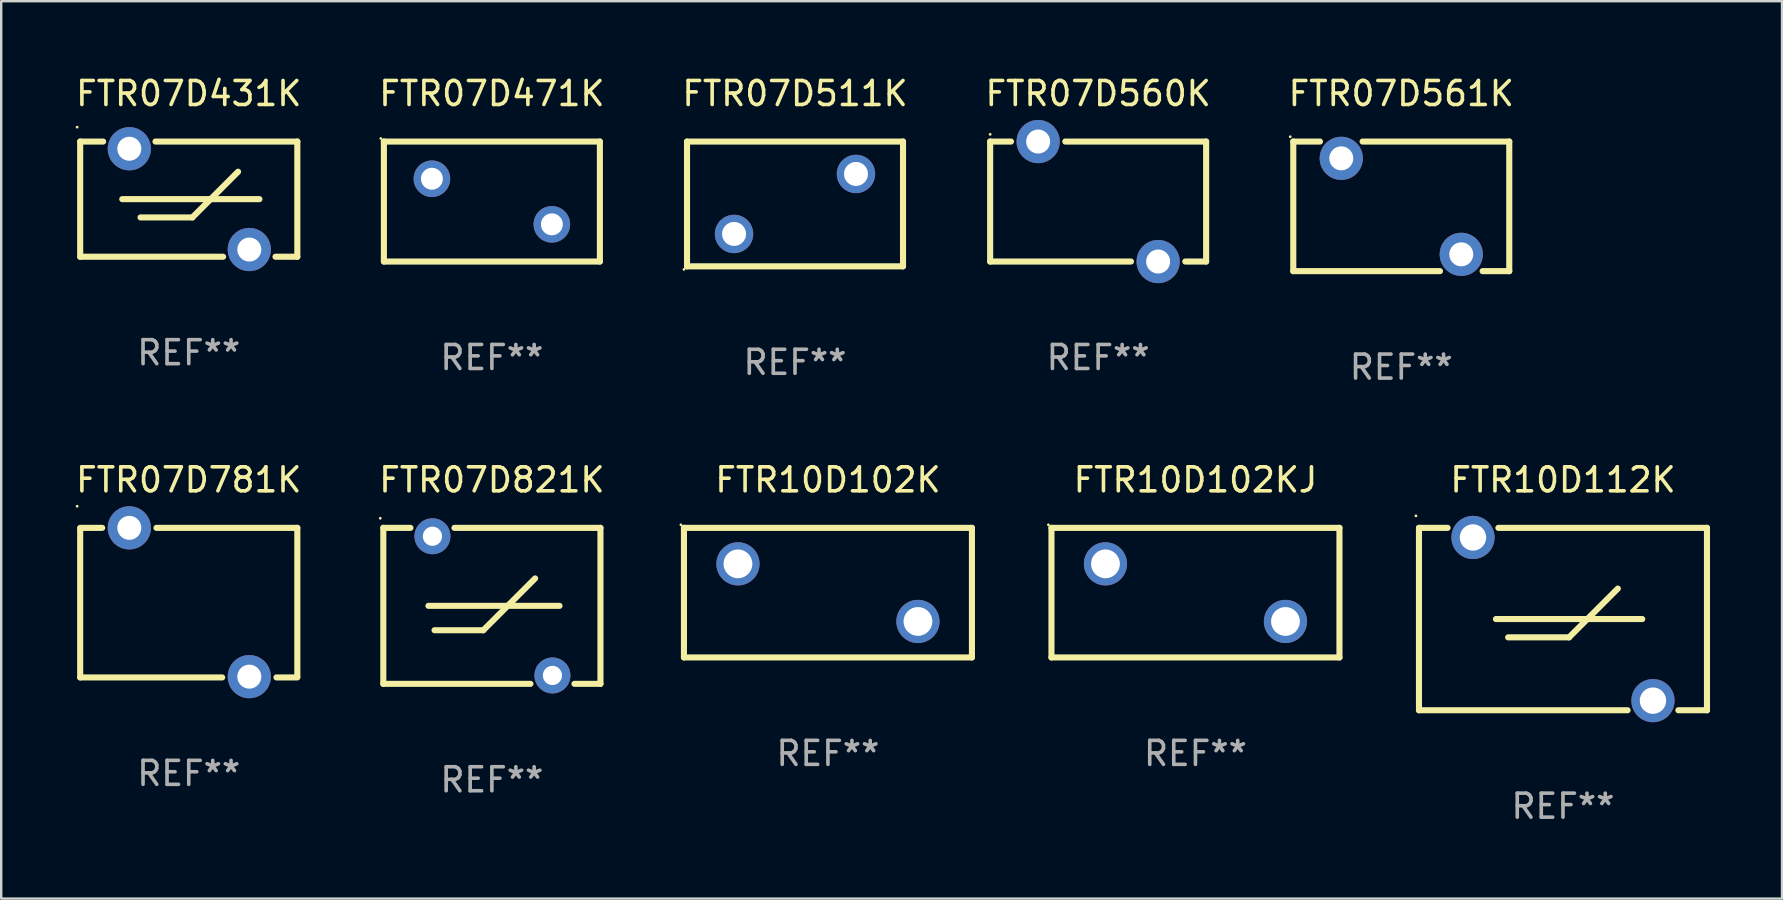
<source format=kicad_pcb>
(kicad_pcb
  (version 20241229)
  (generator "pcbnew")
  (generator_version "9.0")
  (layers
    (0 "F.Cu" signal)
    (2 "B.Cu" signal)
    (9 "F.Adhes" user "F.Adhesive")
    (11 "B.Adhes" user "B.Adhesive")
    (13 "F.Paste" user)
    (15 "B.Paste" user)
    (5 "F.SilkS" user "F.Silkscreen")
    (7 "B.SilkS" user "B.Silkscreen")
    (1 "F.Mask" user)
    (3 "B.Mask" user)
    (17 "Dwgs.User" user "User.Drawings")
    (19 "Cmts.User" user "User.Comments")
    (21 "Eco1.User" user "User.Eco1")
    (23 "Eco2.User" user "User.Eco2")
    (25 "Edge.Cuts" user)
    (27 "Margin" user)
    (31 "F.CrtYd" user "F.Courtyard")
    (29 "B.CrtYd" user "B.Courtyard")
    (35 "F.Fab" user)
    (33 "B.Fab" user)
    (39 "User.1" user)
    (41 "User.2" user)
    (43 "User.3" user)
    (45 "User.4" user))
  (footprint "FTR07D561K"
    (layer "F.Cu")
    (at 55.339 5.548)
    (property "Reference" "FTR07D561K" (at 0 -4.7 0) (layer "F.SilkS") (effects (font (size 1 1) (thickness 0.15))))
    (attr through_hole)
    (fp_line (start -4.5 -2.7) (end -4.5 2.7) (stroke (width 0.254) (type solid)) (layer "F.SilkS"))
    (fp_line (start -4.5 -2.7) (end -3.388 -2.7) (stroke (width 0.254) (type solid)) (layer "F.SilkS"))
    (fp_line (start -4.5 2.7) (end 1.612 2.7) (stroke (width 0.254) (type solid)) (layer "F.SilkS"))
    (fp_line (start -1.612 -2.7) (end 4.5 -2.7) (stroke (width 0.254) (type solid)) (layer "F.SilkS"))
    (fp_line (start 3.388 2.7) (end 4.5 2.7) (stroke (width 0.254) (type solid)) (layer "F.SilkS"))
    (fp_line (start 4.5 -2.7) (end 4.5 2.7) (stroke (width 0.254) (type solid)) (layer "F.SilkS"))
    (fp_circle (center -4.627 -2.9) (end -4.597 -2.9) (stroke (width 0.06) (type solid)) (fill no) (layer "F.SilkS"))
    (fp_text user "REF**" (at 0 6.7 0) (layer "F.Fab") (effects (font (size 1 1) (thickness 0.15))))
    (pad "1" thru_hole circle (at -2.5 -2) (size 1.8 1.8) (drill 1) (layers "*.Cu" "*.Mask"))
    (pad "2" thru_hole circle (at 2.5 2) (size 1.8 1.8) (drill 1) (layers "*.Cu" "*.Mask")))
  (footprint "FTR07D821K"
    (layer "F.Cu")
    (at 17.446 22.195)
    (property "Reference" "FTR07D821K" (at 0 -5.25 0) (layer "F.SilkS") (effects (font (size 1 1) (thickness 0.15))))
    (attr through_hole)
    (fp_line (start -4.524 -3.25) (end -4.524 3.25) (stroke (width 0.254) (type solid)) (layer "F.SilkS"))
    (fp_line (start -4.524 -3.25) (end -3.393 -3.25) (stroke (width 0.254) (type solid)) (layer "F.SilkS"))
    (fp_line (start -4.524 3.25) (end 1.607 3.25) (stroke (width 0.254) (type solid)) (layer "F.SilkS"))
    (fp_line (start -2.644 0.000013) (end 2.818 0.000013) (stroke (width 0.254) (type solid)) (layer "F.SilkS"))
    (fp_line (start -2.39 1.016) (end -0.358 1.016) (stroke (width 0.254) (type solid)) (layer "F.SilkS"))
    (fp_line (start -1.56 -3.25) (end 4.524 -3.25) (stroke (width 0.254) (type solid)) (layer "F.SilkS"))
    (fp_line (start -0.358 1.016) (end 1.801 -1.143) (stroke (width 0.254) (type solid)) (layer "F.SilkS"))
    (fp_line (start 3.44 3.25) (end 4.524 3.25) (stroke (width 0.254) (type solid)) (layer "F.SilkS"))
    (fp_line (start 4.524 -3.25) (end 4.524 3.25) (stroke (width 0.254) (type solid)) (layer "F.SilkS"))
    (fp_circle (center -4.651 -3.65) (end -4.621 -3.65) (stroke (width 0.06) (type solid)) (fill no) (layer "F.SilkS"))
    (fp_text user "REF**" (at 0 7.25 0) (layer "F.Fab") (effects (font (size 1 1) (thickness 0.15))))
    (pad "1" thru_hole circle (at -2.477 -2.9) (size 1.5 1.5) (drill 0.8) (layers "*.Cu" "*.Mask"))
    (pad "2" thru_hole circle (at 2.523 2.9) (size 1.5 1.5) (drill 0.8) (layers "*.Cu" "*.Mask")))
  (footprint "FTR07D511K"
    (layer "F.Cu")
    (at 30.077 5.448)
    (property "Reference" "FTR07D511K" (at 0 -4.6 0) (layer "F.SilkS") (effects (font (size 1 1) (thickness 0.15))))
    (attr through_hole)
    (fp_line (start -4.5 -2.6) (end 4.5 -2.6) (stroke (width 0.254) (type solid)) (layer "F.SilkS"))
    (fp_line (start -4.5 2.6) (end -4.5 -2.6) (stroke (width 0.254) (type solid)) (layer "F.SilkS"))
    (fp_line (start -4.5 2.6) (end 4.5 2.6) (stroke (width 0.254) (type solid)) (layer "F.SilkS"))
    (fp_line (start 4.5 2.6) (end 4.5 -2.6) (stroke (width 0.254) (type solid)) (layer "F.SilkS"))
    (fp_circle (center -4.627 2.727) (end -4.597 2.727) (stroke (width 0.06) (type solid)) (fill no) (layer "F.SilkS"))
    (fp_text user "REF**" (at 0 6.6 0) (layer "F.Fab") (effects (font (size 1 1) (thickness 0.15))))
    (pad "1" thru_hole circle (at -2.54 1.25) (size 1.6 1.6) (drill 1) (layers "*.Cu" "*.Mask"))
    (pad "2" thru_hole circle (at 2.54 -1.25) (size 1.6 1.6) (drill 1) (layers "*.Cu" "*.Mask")))
  (footprint "FTR07D431K"
    (layer "F.Cu")
    (at 4.815 5.248)
    (property "Reference" "FTR07D431K" (at 0 -4.4 0) (layer "F.SilkS") (effects (font (size 1 1) (thickness 0.15))))
    (attr through_hole)
    (fp_line (start -4.524 -2.4) (end -4.524 2.4) (stroke (width 0.254) (type solid)) (layer "F.SilkS"))
    (fp_line (start -4.524 -2.4) (end -3.567 -2.4) (stroke (width 0.254) (type solid)) (layer "F.SilkS"))
    (fp_line (start -4.524 2.4) (end 1.433 2.4) (stroke (width 0.254) (type solid)) (layer "F.SilkS"))
    (fp_line (start -2.771 0) (end 2.945 0) (stroke (width 0.254) (type solid)) (layer "F.SilkS"))
    (fp_line (start -2.009 0.762) (end 0.15 0.762) (stroke (width 0.254) (type solid)) (layer "F.SilkS"))
    (fp_line (start -1.386 -2.4) (end 4.524 -2.4) (stroke (width 0.254) (type solid)) (layer "F.SilkS"))
    (fp_line (start 0.15 0.762) (end 2.055 -1.143) (stroke (width 0.254) (type solid)) (layer "F.SilkS"))
    (fp_line (start 3.614 2.4) (end 4.524 2.4) (stroke (width 0.254) (type solid)) (layer "F.SilkS"))
    (fp_line (start 4.524 -2.4) (end 4.524 2.4) (stroke (width 0.254) (type solid)) (layer "F.SilkS"))
    (fp_circle (center -4.651 -3) (end -4.621 -3) (stroke (width 0.06) (type solid)) (fill no) (layer "F.SilkS"))
    (fp_text user "REF**" (at 0 6.4 0) (layer "F.Fab") (effects (font (size 1 1) (thickness 0.15))))
    (pad "1" thru_hole circle (at -2.477 -2.1) (size 1.8 1.8) (drill 1) (layers "*.Cu" "*.Mask"))
    (pad "2" thru_hole circle (at 2.523 2.1) (size 1.8 1.8) (drill 1) (layers "*.Cu" "*.Mask")))
  (footprint "FTR10D102KJ"
    (layer "F.Cu")
    (at 46.763 21.645)
    (property "Reference" "FTR10D102KJ" (at 0 -4.7 0) (layer "F.SilkS") (effects (font (size 1 1) (thickness 0.15))))
    (attr through_hole)
    (fp_line (start -6 -2.7) (end 6 -2.7) (stroke (width 0.254) (type solid)) (layer "F.SilkS"))
    (fp_line (start -6 2.7) (end -6 -2.7) (stroke (width 0.254) (type solid)) (layer "F.SilkS"))
    (fp_line (start 6 -2.7) (end 6 2.7) (stroke (width 0.254) (type solid)) (layer "F.SilkS"))
    (fp_line (start 6 2.7) (end -6 2.7) (stroke (width 0.254) (type solid)) (layer "F.SilkS"))
    (fp_circle (center -6.127 -2.827) (end -6.097 -2.827) (stroke (width 0.06) (type solid)) (fill no) (layer "F.SilkS"))
    (fp_text user "REF**" (at 0 6.7 0) (layer "F.Fab") (effects (font (size 1 1) (thickness 0.15))))
    (pad "1" thru_hole circle (at -3.75 -1.2) (size 1.8 1.8) (drill 1.2) (layers "*.Cu" "*.Mask"))
    (pad "2" thru_hole circle (at 3.75 1.2) (size 1.8 1.8) (drill 1.2) (layers "*.Cu" "*.Mask")))
  (footprint "FTR10D112K"
    (layer "F.Cu")
    (at 62.077 22.745)
    (property "Reference" "FTR10D112K" (at 0 -5.8 0) (layer "F.SilkS") (effects (font (size 1 1) (thickness 0.15))))
    (attr through_hole)
    (fp_line (start -6 -3.8) (end -4.808 -3.8) (stroke (width 0.254) (type solid)) (layer "F.SilkS"))
    (fp_line (start -6 3.8) (end -6 -3.8) (stroke (width 0.254) (type solid)) (layer "F.SilkS"))
    (fp_line (start -6 3.8) (end 2.692 3.8) (stroke (width 0.254) (type solid)) (layer "F.SilkS"))
    (fp_line (start -2.794 0) (end 3.302 0) (stroke (width 0.254) (type solid)) (layer "F.SilkS"))
    (fp_line (start -2.692 -3.8) (end 6 -3.8) (stroke (width 0.254) (type solid)) (layer "F.SilkS"))
    (fp_line (start -2.286 0.762) (end 0.254 0.762) (stroke (width 0.254) (type solid)) (layer "F.SilkS"))
    (fp_line (start 0.254 0.762) (end 2.286 -1.27) (stroke (width 0.254) (type solid)) (layer "F.SilkS"))
    (fp_line (start 4.808 3.8) (end 6 3.8) (stroke (width 0.254) (type solid)) (layer "F.SilkS"))
    (fp_line (start 6 3.8) (end 6 -3.8) (stroke (width 0.254) (type solid)) (layer "F.SilkS"))
    (fp_circle (center -6.127 -4.3) (end -6.097 -4.3) (stroke (width 0.06) (type solid)) (fill no) (layer "F.SilkS"))
    (fp_text user "REF**" (at 0 7.8 0) (layer "F.Fab") (effects (font (size 1 1) (thickness 0.15))))
    (pad "1" thru_hole circle (at -3.75 -3.4) (size 1.8 1.8) (drill 1.1) (layers "*.Cu" "*.Mask"))
    (pad "2" thru_hole circle (at 3.75 3.4) (size 1.8 1.8) (drill 1.1) (layers "*.Cu" "*.Mask")))
  (footprint "FTR07D471K"
    (layer "F.Cu")
    (at 17.446 5.348)
    (property "Reference" "FTR07D471K" (at 0 -4.5 0) (layer "F.SilkS") (effects (font (size 1 1) (thickness 0.15))))
    (attr through_hole)
    (fp_line (start -4.5 -2.5) (end 4.5 -2.5) (stroke (width 0.254) (type solid)) (layer "F.SilkS"))
    (fp_line (start -4.5 2.5) (end -4.5 -2.5) (stroke (width 0.254) (type solid)) (layer "F.SilkS"))
    (fp_line (start 4.5 -2.5) (end 4.5 2.5) (stroke (width 0.254) (type solid)) (layer "F.SilkS"))
    (fp_line (start 4.5 2.5) (end -4.5 2.5) (stroke (width 0.254) (type solid)) (layer "F.SilkS"))
    (fp_circle (center -4.627 -2.627) (end -4.597 -2.627) (stroke (width 0.06) (type solid)) (fill no) (layer "F.SilkS"))
    (fp_text user "REF**" (at 0 6.5 0) (layer "F.Fab") (effects (font (size 1 1) (thickness 0.15))))
    (pad "1" thru_hole circle (at -2.499 -0.95) (size 1.524 1.524) (drill 0.914) (layers "*.Cu" "*.Mask"))
    (pad "2" thru_hole circle (at 2.499 0.95) (size 1.524 1.524) (drill 0.914) (layers "*.Cu" "*.Mask")))
  (footprint "FTR07D781K"
    (layer "F.Cu")
    (at 4.815 22.061)
    (property "Reference" "FTR07D781K" (at 0 -5.116 0) (layer "F.SilkS") (effects (font (size 1 1) (thickness 0.15))))
    (attr through_hole)
    (fp_line (start -4.524 -3.116) (end -3.607 -3.116) (stroke (width 0.254) (type solid)) (layer "F.SilkS"))
    (fp_line (start -4.524 3.116) (end -4.524 -3.084) (stroke (width 0.254) (type solid)) (layer "F.SilkS"))
    (fp_line (start -4.524 3.116) (end 1.393 3.116) (stroke (width 0.254) (type solid)) (layer "F.SilkS"))
    (fp_line (start -1.346 -3.116) (end 4.524 -3.116) (stroke (width 0.254) (type solid)) (layer "F.SilkS"))
    (fp_line (start 3.654 3.116) (end 4.524 3.116) (stroke (width 0.254) (type solid)) (layer "F.SilkS"))
    (fp_line (start 4.524 -3.116) (end 4.524 3.084) (stroke (width 0.254) (type solid)) (layer "F.SilkS"))
    (fp_circle (center -4.651 -4.016) (end -4.621 -4.016) (stroke (width 0.06) (type solid)) (fill no) (layer "F.SilkS"))
    (fp_text user "REF**" (at 0 7.116 0) (layer "F.Fab") (effects (font (size 1 1) (thickness 0.15))))
    (pad "1" thru_hole circle (at -2.477 -3.116) (size 1.8 1.8) (drill 1) (layers "*.Cu" "*.Mask"))
    (pad "2" thru_hole circle (at 2.523 3.084) (size 1.8 1.8) (drill 1) (layers "*.Cu" "*.Mask")))
  (footprint "FTR07D560K"
    (layer "F.Cu")
    (at 42.708 5.348)
    (property "Reference" "FTR07D560K" (at 0 -4.5 0) (layer "F.SilkS") (effects (font (size 1 1) (thickness 0.15))))
    (attr through_hole)
    (fp_line (start -4.5 -2.5) (end -3.631 -2.5) (stroke (width 0.254) (type solid)) (layer "F.SilkS"))
    (fp_line (start -4.5 2.5) (end -4.5 -2.5) (stroke (width 0.254) (type solid)) (layer "F.SilkS"))
    (fp_line (start -1.369 -2.5) (end 4.5 -2.5) (stroke (width 0.254) (type solid)) (layer "F.SilkS"))
    (fp_line (start 1.369 2.5) (end -4.5 2.5) (stroke (width 0.254) (type solid)) (layer "F.SilkS"))
    (fp_line (start 4.5 -2.5) (end 4.5 2.5) (stroke (width 0.254) (type solid)) (layer "F.SilkS"))
    (fp_line (start 4.5 2.5) (end 3.631 2.5) (stroke (width 0.254) (type solid)) (layer "F.SilkS"))
    (fp_circle (center -4.5 -2.8) (end -4.47 -2.8) (stroke (width 0.06) (type solid)) (fill no) (layer "F.SilkS"))
    (fp_text user "REF**" (at 0 6.5 0) (layer "F.Fab") (effects (font (size 1 1) (thickness 0.15))))
    (pad "1" thru_hole circle (at -2.5 -2.5) (size 1.8 1.8) (drill 1) (layers "*.Cu" "*.Mask"))
    (pad "2" thru_hole circle (at 2.5 2.5) (size 1.8 1.8) (drill 1) (layers "*.Cu" "*.Mask")))
  (footprint "FTR10D102K"
    (layer "F.Cu")
    (at 31.449 21.645)
    (property "Reference" "FTR10D102K" (at 0 -4.7 0) (layer "F.SilkS") (effects (font (size 1 1) (thickness 0.15))))
    (attr through_hole)
    (fp_line (start -6 -2.7) (end 6 -2.7) (stroke (width 0.254) (type solid)) (layer "F.SilkS"))
    (fp_line (start -6 2.7) (end -6 -2.7) (stroke (width 0.254) (type solid)) (layer "F.SilkS"))
    (fp_line (start 6 -2.7) (end 6 2.7) (stroke (width 0.254) (type solid)) (layer "F.SilkS"))
    (fp_line (start 6 2.7) (end -6 2.7) (stroke (width 0.254) (type solid)) (layer "F.SilkS"))
    (fp_circle (center -6.127 -2.827) (end -6.097 -2.827) (stroke (width 0.06) (type solid)) (fill no) (layer "F.SilkS"))
    (fp_text user "REF**" (at 0 6.7 0) (layer "F.Fab") (effects (font (size 1 1) (thickness 0.15))))
    (pad "1" thru_hole circle (at -3.75 -1.2) (size 1.8 1.8) (drill 1.2) (layers "*.Cu" "*.Mask"))
    (pad "2" thru_hole circle (at 3.75 1.2) (size 1.8 1.8) (drill 1.2) (layers "*.Cu" "*.Mask")))
  (gr_rect
    (start -3 -3)
    (end 71.204 34.393)
    (stroke (width 0.1) (type default))
    (fill no)
    (layer "Edge.Cuts")))
</source>
